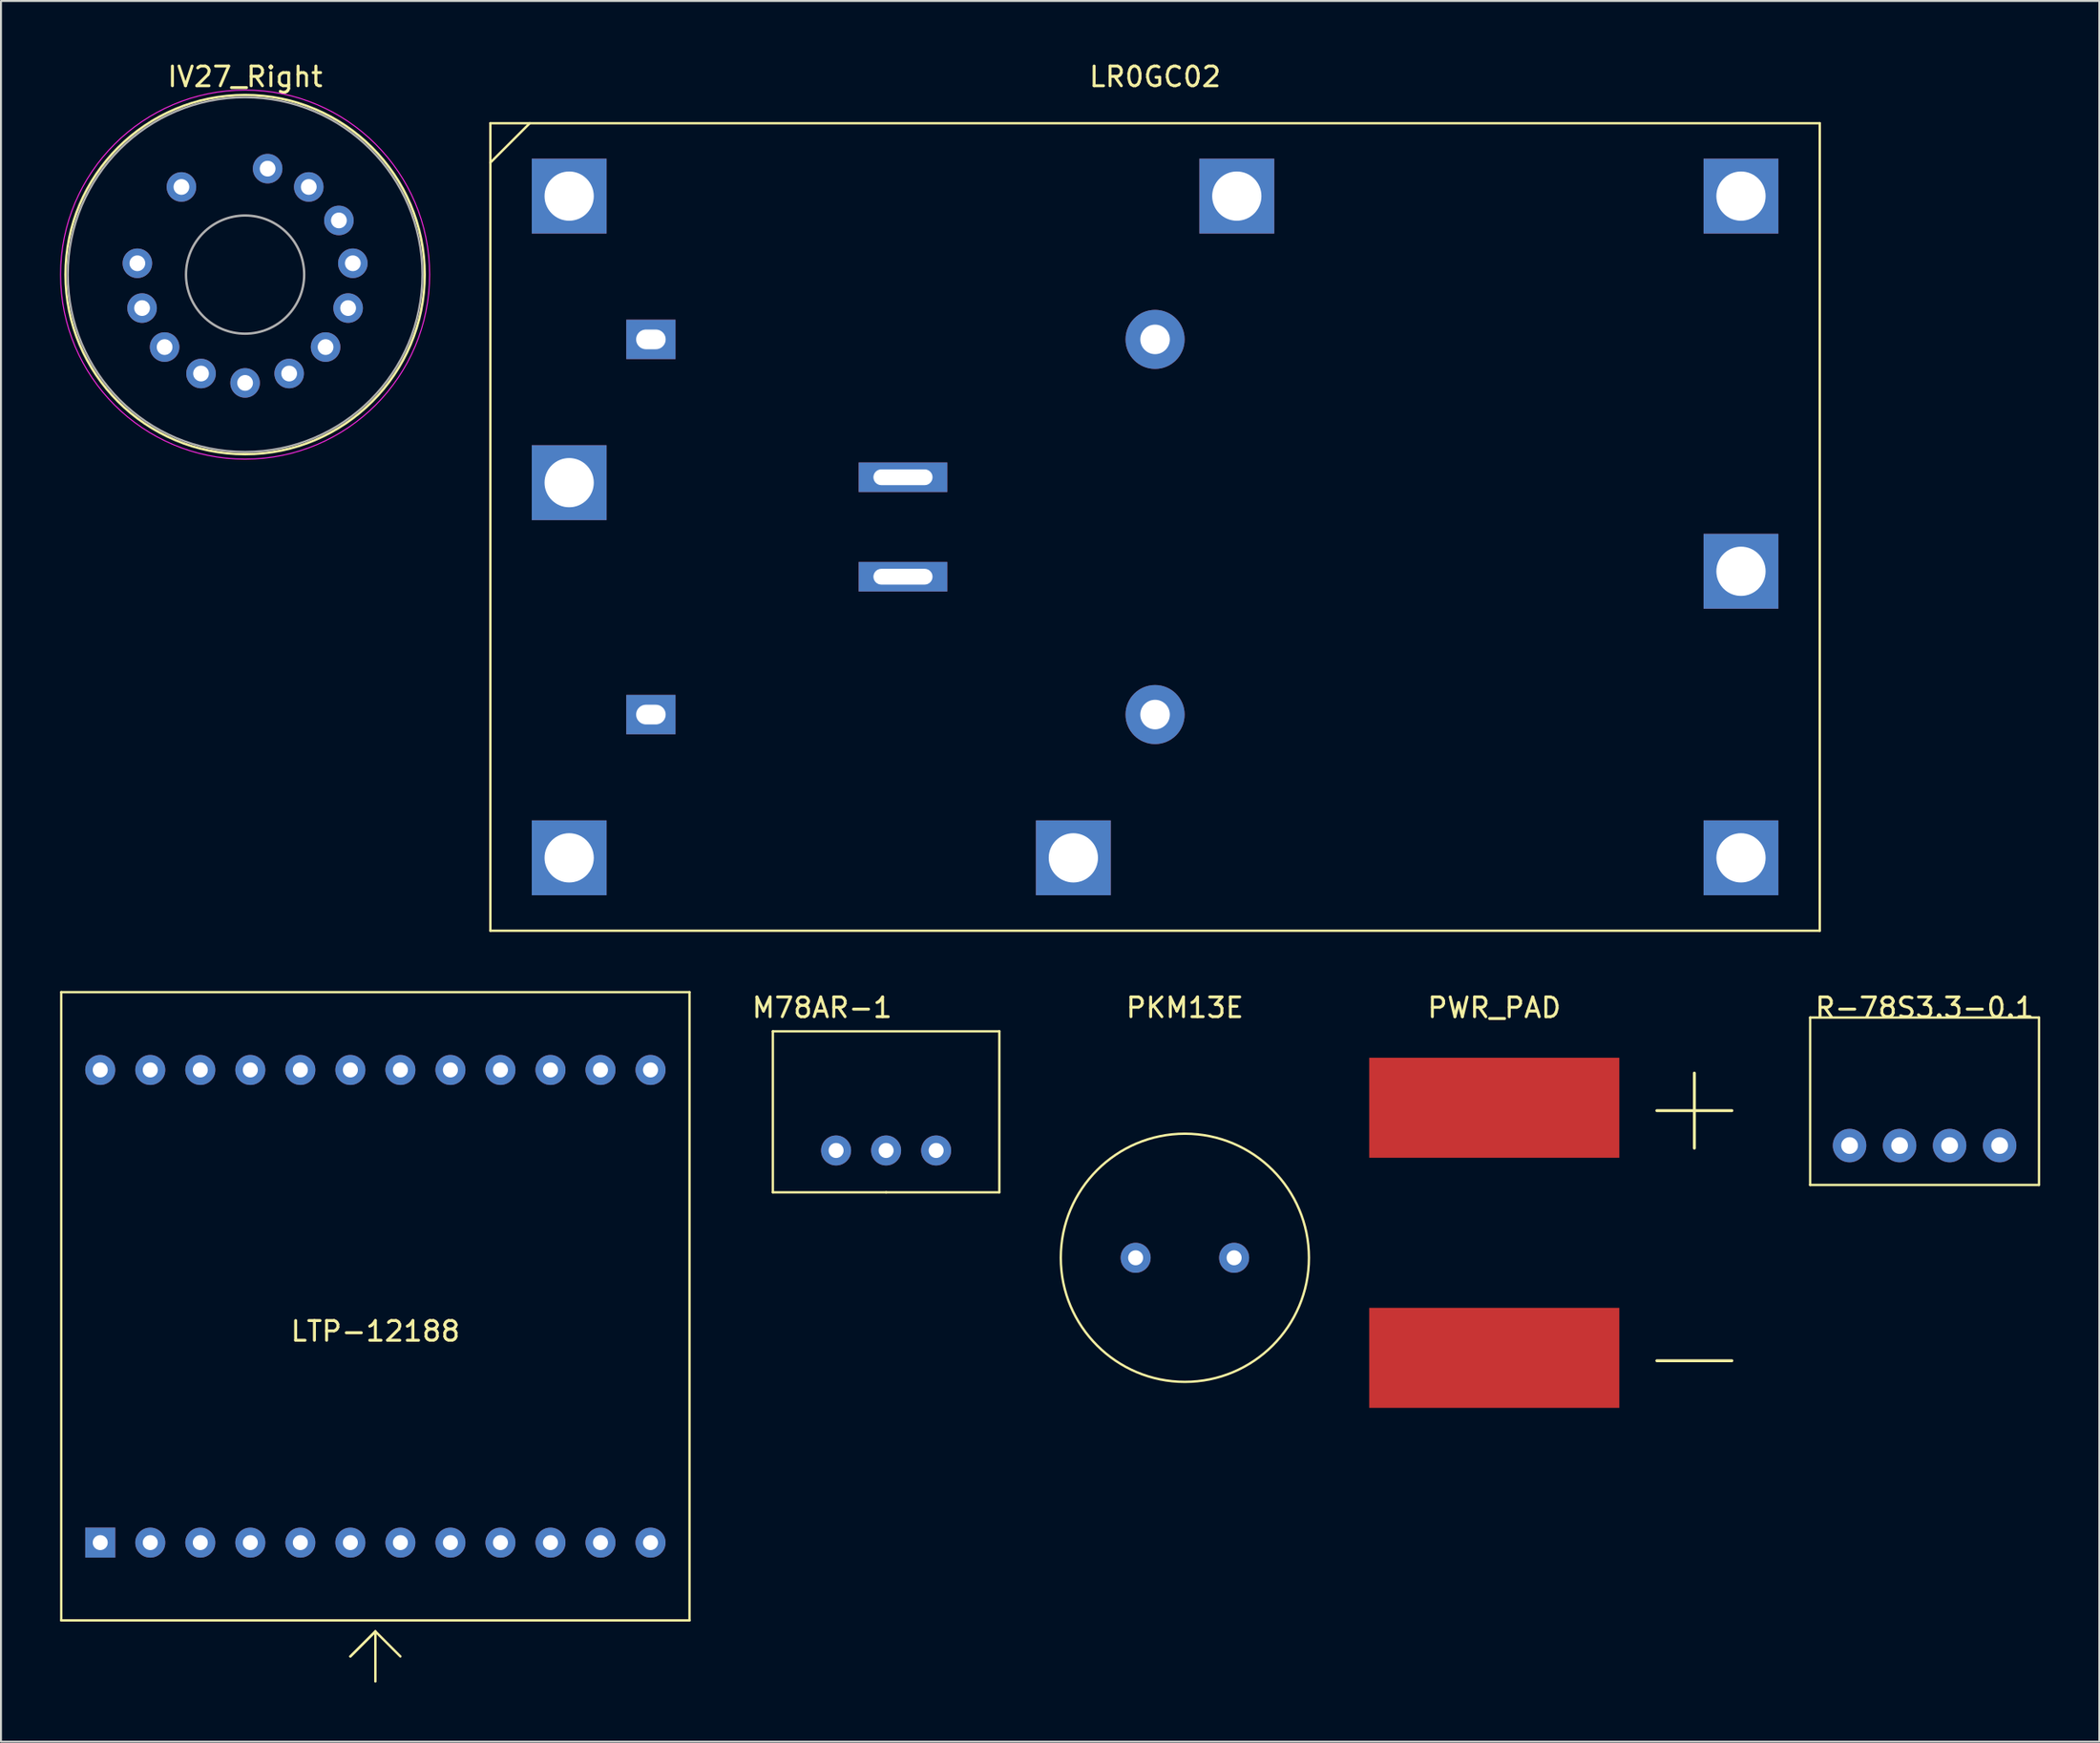
<source format=kicad_pcb>
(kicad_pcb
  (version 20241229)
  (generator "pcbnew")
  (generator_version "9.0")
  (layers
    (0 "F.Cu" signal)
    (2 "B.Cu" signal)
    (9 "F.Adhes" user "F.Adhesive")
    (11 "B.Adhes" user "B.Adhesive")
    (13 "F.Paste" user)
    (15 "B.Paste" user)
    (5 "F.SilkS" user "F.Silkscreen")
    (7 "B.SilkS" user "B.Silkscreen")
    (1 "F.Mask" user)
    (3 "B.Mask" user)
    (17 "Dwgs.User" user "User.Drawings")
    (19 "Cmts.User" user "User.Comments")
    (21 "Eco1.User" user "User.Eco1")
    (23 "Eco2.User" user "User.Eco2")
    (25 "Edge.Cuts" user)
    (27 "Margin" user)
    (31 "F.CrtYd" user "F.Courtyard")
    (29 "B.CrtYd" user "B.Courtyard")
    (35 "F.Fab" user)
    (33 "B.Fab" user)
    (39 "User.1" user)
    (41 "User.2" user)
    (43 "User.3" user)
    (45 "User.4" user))
  (footprint "PWR_PAD"
    (layer "F.Cu")
    (at 72.823 53.197)
    (property "Reference" "PWR_PAD" (at 0 -5.08 0) (layer "F.SilkS") (effects (font (size 1 1) (thickness 0.15))))
    (attr through_hole)
    (fp_text user "-" (at 10.16 12.446 0) (layer "F.SilkS") (effects (font (size 5 5) (thickness 0.15))))
    (fp_text user "+" (at 10.16 -0.254 0) (layer "F.SilkS") (effects (font (size 5 5) (thickness 0.15))))
    (pad "1" smd rect (at 0 0) (size 12.7 5.08) (layers "F.Cu" "F.Mask" "F.Paste"))
    (pad "2" smd rect (at 0 12.7) (size 12.7 5.08) (layers "F.Cu" "F.Mask" "F.Paste")))
  (footprint "M78AR-1"
    (layer "F.Cu")
    (at 41.943 55.367)
    (property "Reference" "M78AR-1" (at -3.25 -7.25 0) (layer "F.SilkS") (effects (font (size 1 1) (thickness 0.15))))
    (attr through_hole)
    (fp_line (start -5.75 -6.05) (end -5.75 2.125) (stroke (width 0.12) (type solid)) (layer "F.SilkS"))
    (fp_line (start 0 2.125) (end -5.75 2.125) (stroke (width 0.12) (type solid)) (layer "F.SilkS"))
    (fp_line (start 0 2.125) (end 5.75 2.125) (stroke (width 0.12) (type solid)) (layer "F.SilkS"))
    (fp_line (start 5.75 -6.05) (end -5.75 -6.05) (stroke (width 0.12) (type solid)) (layer "F.SilkS"))
    (fp_line (start 5.75 2.125) (end 5.75 -6.05) (stroke (width 0.12) (type solid)) (layer "F.SilkS"))
    (pad "1" thru_hole circle (at -2.54 0) (size 1.524 1.524) (drill 0.762) (layers "*.Cu" "*.Mask"))
    (pad "2" thru_hole circle (at 0 0) (size 1.524 1.524) (drill 0.762) (layers "*.Cu" "*.Mask"))
    (pad "3" thru_hole circle (at 2.54 0) (size 1.524 1.524) (drill 0.762) (layers "*.Cu" "*.Mask")))
  (footprint "LTP-12188"
    (layer "F.Cu")
    (at 16.01 63.278)
    (property "Reference" "LTP-12188" (at 0 1.27 0) (layer "F.SilkS") (effects (font (size 1 1) (thickness 0.15))))
    (attr through_hole)
    (fp_line (start -15.95 -15.95) (end -15.95 15.95) (stroke (width 0.12) (type solid)) (layer "F.SilkS"))
    (fp_line (start -15.95 15.95) (end 15.95 15.95) (stroke (width 0.12) (type solid)) (layer "F.SilkS"))
    (fp_line (start -1.27 17.78) (end 0 16.51) (stroke (width 0.12) (type solid)) (layer "F.SilkS"))
    (fp_line (start 0 16.51) (end -1.27 17.78) (stroke (width 0.12) (type solid)) (layer "F.SilkS"))
    (fp_line (start 0 16.51) (end 0 19.05) (stroke (width 0.12) (type solid)) (layer "F.SilkS"))
    (fp_line (start 0 16.51) (end 1.27 17.78) (stroke (width 0.12) (type solid)) (layer "F.SilkS"))
    (fp_line (start 15.95 -15.95) (end -15.95 -15.95) (stroke (width 0.12) (type solid)) (layer "F.SilkS"))
    (fp_line (start 15.95 15.95) (end 15.95 -15.95) (stroke (width 0.12) (type solid)) (layer "F.SilkS"))
    (pad "1" thru_hole rect (at -13.97 12) (size 1.524 1.524) (drill 0.762) (layers "*.Cu" "*.Mask"))
    (pad "2" thru_hole circle (at -11.43 12) (size 1.524 1.524) (drill 0.762) (layers "*.Cu" "*.Mask"))
    (pad "3" thru_hole circle (at -8.89 12) (size 1.524 1.524) (drill 0.762) (layers "*.Cu" "*.Mask"))
    (pad "4" thru_hole circle (at -6.35 12) (size 1.524 1.524) (drill 0.762) (layers "*.Cu" "*.Mask"))
    (pad "5" thru_hole circle (at -3.81 12) (size 1.524 1.524) (drill 0.762) (layers "*.Cu" "*.Mask"))
    (pad "6" thru_hole circle (at -1.27 12) (size 1.524 1.524) (drill 0.762) (layers "*.Cu" "*.Mask"))
    (pad "7" thru_hole circle (at 1.27 12) (size 1.524 1.524) (drill 0.762) (layers "*.Cu" "*.Mask"))
    (pad "8" thru_hole circle (at 3.81 12) (size 1.524 1.524) (drill 0.762) (layers "*.Cu" "*.Mask"))
    (pad "9" thru_hole circle (at 6.35 12) (size 1.524 1.524) (drill 0.762) (layers "*.Cu" "*.Mask"))
    (pad "10" thru_hole circle (at 8.89 12) (size 1.524 1.524) (drill 0.762) (layers "*.Cu" "*.Mask"))
    (pad "11" thru_hole circle (at 11.43 12) (size 1.524 1.524) (drill 0.762) (layers "*.Cu" "*.Mask"))
    (pad "12" thru_hole circle (at 13.97 12) (size 1.524 1.524) (drill 0.762) (layers "*.Cu" "*.Mask"))
    (pad "13" thru_hole circle (at 13.97 -12) (size 1.524 1.524) (drill 0.762) (layers "*.Cu" "*.Mask"))
    (pad "14" thru_hole circle (at 11.43 -12) (size 1.524 1.524) (drill 0.762) (layers "*.Cu" "*.Mask"))
    (pad "15" thru_hole circle (at 8.89 -12) (size 1.524 1.524) (drill 0.762) (layers "*.Cu" "*.Mask"))
    (pad "16" thru_hole circle (at 6.35 -12) (size 1.524 1.524) (drill 0.762) (layers "*.Cu" "*.Mask"))
    (pad "17" thru_hole circle (at 3.81 -12) (size 1.524 1.524) (drill 0.762) (layers "*.Cu" "*.Mask"))
    (pad "18" thru_hole circle (at 1.27 -12) (size 1.524 1.524) (drill 0.762) (layers "*.Cu" "*.Mask"))
    (pad "19" thru_hole circle (at -1.27 -12) (size 1.524 1.524) (drill 0.762) (layers "*.Cu" "*.Mask"))
    (pad "20" thru_hole circle (at -3.81 -12) (size 1.524 1.524) (drill 0.762) (layers "*.Cu" "*.Mask"))
    (pad "21" thru_hole circle (at -6.35 -12) (size 1.524 1.524) (drill 0.762) (layers "*.Cu" "*.Mask"))
    (pad "22" thru_hole circle (at -8.89 -12) (size 1.524 1.524) (drill 0.762) (layers "*.Cu" "*.Mask"))
    (pad "23" thru_hole circle (at -11.43 -12) (size 1.524 1.524) (drill 0.762) (layers "*.Cu" "*.Mask"))
    (pad "24" thru_hole circle (at -13.97 -12) (size 1.524 1.524) (drill 0.762) (layers "*.Cu" "*.Mask")))
  (footprint "IV27_Right"
    (layer "F.Cu")
    (at 9.395 10.893)
    (property "Reference" "IV27_Right" (at 0 -10.045 0) (layer "F.SilkS") (effects (font (size 1 1) (thickness 0.15))))
    (attr through_hole)
    (fp_circle (center 0 0) (end 0 9.12) (stroke (width 0.12) (type solid)) (fill no) (layer "F.SilkS"))
    (fp_circle (center 0 0) (end 0 9.37) (stroke (width 0.05) (type solid)) (fill no) (layer "F.CrtYd"))
    (fp_circle (center 0 0) (end 0 9) (stroke (width 0.1) (type solid)) (fill no) (layer "F.Fab"))
    (fp_circle (center 0 0) (end 3 0) (stroke (width 0.12) (type solid)) (fill no) (layer "F.Fab"))
    (pad "1" thru_hole oval (at -5.47 -0.575) (size 1.5 1.5) (drill 0.8) (layers "*.Cu" "*.Mask"))
    (pad "2" thru_hole oval (at -5.231 1.7) (size 1.5 1.5) (drill 0.8) (layers "*.Cu" "*.Mask"))
    (pad "3" thru_hole oval (at -4.087 3.68) (size 1.5 1.5) (drill 0.8) (layers "*.Cu" "*.Mask"))
    (pad "4" thru_hole oval (at -2.237 5.024) (size 1.5 1.5) (drill 0.8) (layers "*.Cu" "*.Mask"))
    (pad "5" thru_hole oval (at 0 5.5) (size 1.5 1.5) (drill 0.8) (layers "*.Cu" "*.Mask"))
    (pad "6" thru_hole oval (at 2.237 5.024) (size 1.5 1.5) (drill 0.8) (layers "*.Cu" "*.Mask"))
    (pad "7" thru_hole oval (at 4.087 3.68) (size 1.5 1.5) (drill 0.8) (layers "*.Cu" "*.Mask"))
    (pad "8" thru_hole oval (at 5.231 1.7) (size 1.5 1.5) (drill 0.8) (layers "*.Cu" "*.Mask"))
    (pad "9" thru_hole oval (at 5.47 -0.575) (size 1.5 1.5) (drill 0.8) (layers "*.Cu" "*.Mask"))
    (pad "10" thru_hole oval (at 4.763 -2.75) (size 1.5 1.5) (drill 0.8) (layers "*.Cu" "*.Mask"))
    (pad "11" thru_hole oval (at 3.233 -4.45) (size 1.5 1.5) (drill 0.8) (layers "*.Cu" "*.Mask"))
    (pad "12" thru_hole oval (at 1.144 -5.38) (size 1.5 1.5) (drill 0.8) (layers "*.Cu" "*.Mask"))
    (pad "13" thru_hole oval (at -3.233 -4.45) (size 1.5 1.5) (drill 0.8) (layers "*.Cu" "*.Mask")))
  (footprint "R-78S3.3-0.1"
    (layer "F.Cu")
    (at 94.673 55.117)
    (property "Reference" "R-78S3.3-0.1" (at 0 -7 0) (layer "F.SilkS") (effects (font (size 1 1) (thickness 0.15))))
    (attr through_hole)
    (fp_line (start -5.81 2) (end -5.81 -6.5) (stroke (width 0.12) (type solid)) (layer "F.SilkS"))
    (fp_line (start 5.81 -6.5) (end -5.81 -6.5) (stroke (width 0.12) (type solid)) (layer "F.SilkS"))
    (fp_line (start 5.81 2) (end -5.81 2) (stroke (width 0.12) (type solid)) (layer "F.SilkS"))
    (fp_line (start 5.81 2) (end 5.81 -6.5) (stroke (width 0.12) (type solid)) (layer "F.SilkS"))
    (pad "1" thru_hole circle (at -3.81 0) (size 1.7 1.7) (drill 0.85) (layers "*.Cu" "*.Mask"))
    (pad "2" thru_hole circle (at -1.27 0) (size 1.7 1.7) (drill 0.85) (layers "*.Cu" "*.Mask"))
    (pad "3" thru_hole circle (at 1.27 0) (size 1.7 1.7) (drill 0.85) (layers "*.Cu" "*.Mask"))
    (pad "4" thru_hole circle (at 3.81 0) (size 1.7 1.7) (drill 0.85) (layers "*.Cu" "*.Mask")))
  (footprint "LR0GC02"
    (layer "F.Cu")
    (at 55.6 23.708)
    (property "Reference" "LR0GC02" (at 0 -22.86 0) (layer "F.SilkS") (effects (font (size 1 1) (thickness 0.15))))
    (attr through_hole)
    (fp_line (start -33.75 -20.5) (end -33.75 20.5) (stroke (width 0.12) (type solid)) (layer "F.SilkS"))
    (fp_line (start -33.75 -18.5) (end -31.75 -20.5) (stroke (width 0.12) (type solid)) (layer "F.SilkS"))
    (fp_line (start -33.75 20.5) (end 33.75 20.5) (stroke (width 0.12) (type solid)) (layer "F.SilkS"))
    (fp_line (start 33.75 -20.5) (end -33.75 -20.5) (stroke (width 0.12) (type solid)) (layer "F.SilkS"))
    (fp_line (start 33.75 20.5) (end 33.75 -20.5) (stroke (width 0.12) (type solid)) (layer "F.SilkS"))
    (pad "1" thru_hole rect (at -25.6 9.525) (size 2.5 2) (drill oval 1.5 1) (layers "*.Cu" "*.Mask"))
    (pad "1" thru_hole rect (at -12.8 2.525) (size 4.5 1.5) (drill oval 3 0.8) (layers "*.Cu" "*.Mask"))
    (pad "1" thru_hole circle (at 0 9.525) (size 3 3) (drill 1.5) (layers "*.Cu" "*.Mask"))
    (pad "2" thru_hole rect (at -29.75 -16.8) (size 3.8 3.8) (drill 2.5) (layers "*.Cu" "*.Mask"))
    (pad "2" thru_hole rect (at -29.75 -2.25) (size 3.8 3.8) (drill 2.5) (layers "*.Cu" "*.Mask"))
    (pad "2" thru_hole rect (at -29.75 16.8) (size 3.8 3.8) (drill 2.5) (layers "*.Cu" "*.Mask"))
    (pad "2" thru_hole rect (at -25.6 -9.525) (size 2.5 2) (drill oval 1.5 1) (layers "*.Cu" "*.Mask"))
    (pad "2" thru_hole rect (at -12.8 -2.525) (size 4.5 1.5) (drill oval 3 0.8) (layers "*.Cu" "*.Mask"))
    (pad "2" thru_hole rect (at -4.15 16.8) (size 3.8 3.8) (drill 2.5) (layers "*.Cu" "*.Mask"))
    (pad "2" thru_hole circle (at 0 -9.525) (size 3 3) (drill 1.5) (layers "*.Cu" "*.Mask"))
    (pad "2" thru_hole rect (at 4.15 -16.8) (size 3.8 3.8) (drill 2.5) (layers "*.Cu" "*.Mask"))
    (pad "2" thru_hole rect (at 29.75 -16.8) (size 3.8 3.8) (drill 2.5) (layers "*.Cu" "*.Mask"))
    (pad "2" thru_hole rect (at 29.75 2.25) (size 3.8 3.8) (drill 2.5) (layers "*.Cu" "*.Mask"))
    (pad "2" thru_hole rect (at 29.75 16.8) (size 3.8 3.8) (drill 2.5) (layers "*.Cu" "*.Mask")))
  (footprint "PKM13E"
    (layer "F.Cu")
    (at 57.113 60.816)
    (property "Reference" "PKM13E" (at 0 -12.7 0) (layer "F.SilkS") (effects (font (size 1 1) (thickness 0.15))))
    (attr through_hole)
    (fp_circle (center 0 0) (end 6.3 0) (stroke (width 0.12) (type solid)) (fill no) (layer "F.SilkS"))
    (pad "1" thru_hole circle (at -2.5 0) (size 1.524 1.524) (drill 0.762) (layers "*.Cu" "*.Mask"))
    (pad "2" thru_hole circle (at 2.5 0) (size 1.524 1.524) (drill 0.762) (layers "*.Cu" "*.Mask")))
  (gr_rect
    (start -3 -3)
    (end 103.543 85.388)
    (stroke (width 0.1) (type default))
    (fill no)
    (layer "Edge.Cuts")))
</source>
